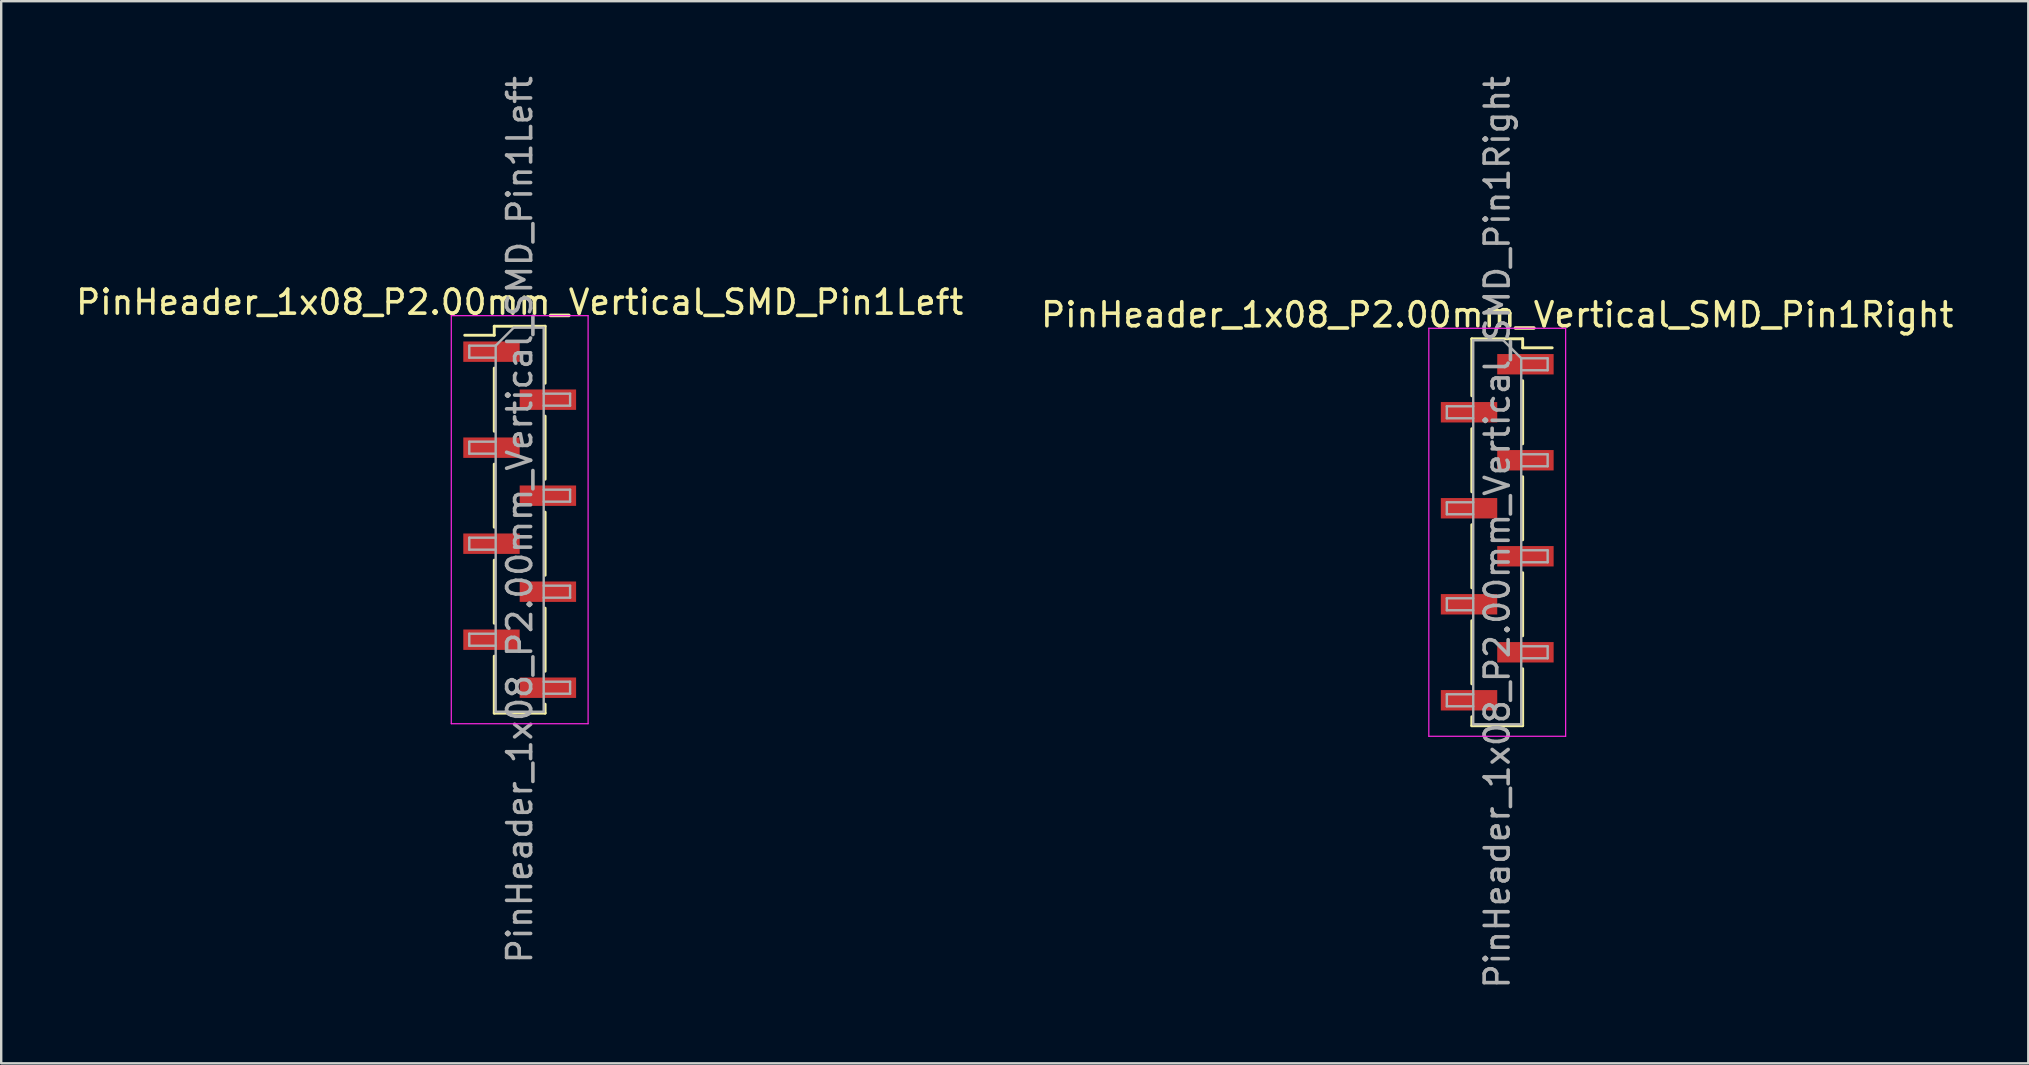
<source format=kicad_pcb>
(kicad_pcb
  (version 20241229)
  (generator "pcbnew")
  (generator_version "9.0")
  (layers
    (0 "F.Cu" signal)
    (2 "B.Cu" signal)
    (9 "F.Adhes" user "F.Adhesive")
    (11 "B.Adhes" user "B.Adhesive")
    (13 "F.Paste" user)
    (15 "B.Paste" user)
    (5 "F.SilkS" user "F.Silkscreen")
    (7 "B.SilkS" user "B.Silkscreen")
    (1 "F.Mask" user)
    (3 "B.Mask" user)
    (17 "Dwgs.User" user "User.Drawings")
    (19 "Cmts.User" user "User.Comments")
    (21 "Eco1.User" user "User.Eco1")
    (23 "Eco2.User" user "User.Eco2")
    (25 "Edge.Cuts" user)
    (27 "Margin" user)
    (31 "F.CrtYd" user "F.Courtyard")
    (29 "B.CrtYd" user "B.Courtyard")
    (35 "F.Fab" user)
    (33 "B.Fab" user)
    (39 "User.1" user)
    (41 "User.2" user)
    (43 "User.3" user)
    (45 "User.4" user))
  (footprint "PinHeader_1x08_P2.00mm_Vertical_SMD_Pin1Right"
    (layer "F.Cu")
    (at 59.327 19.125)
    (property "Reference" "PinHeader_1x08_P2.00mm_Vertical_SMD_Pin1Right" (at 0 -9.06 0) (layer "F.SilkS") (effects (font (size 1 1) (thickness 0.15))))
    (attr smd)
    (fp_line (start -1.06 -8.06) (end -1.06 -5.685) (stroke (width 0.12) (type solid)) (layer "F.SilkS"))
    (fp_line (start -1.06 -8.06) (end 1.06 -8.06) (stroke (width 0.12) (type solid)) (layer "F.SilkS"))
    (fp_line (start -1.06 -4.315) (end -1.06 -1.685) (stroke (width 0.12) (type solid)) (layer "F.SilkS"))
    (fp_line (start -1.06 -0.315) (end -1.06 2.315) (stroke (width 0.12) (type solid)) (layer "F.SilkS"))
    (fp_line (start -1.06 3.685) (end -1.06 6.315) (stroke (width 0.12) (type solid)) (layer "F.SilkS"))
    (fp_line (start -1.06 7.685) (end -1.06 8.06) (stroke (width 0.12) (type solid)) (layer "F.SilkS"))
    (fp_line (start -1.06 8.06) (end 1.06 8.06) (stroke (width 0.12) (type solid)) (layer "F.SilkS"))
    (fp_line (start 1.06 -8.06) (end 1.06 -7.685) (stroke (width 0.12) (type solid)) (layer "F.SilkS"))
    (fp_line (start 1.06 -7.685) (end 2.29 -7.685) (stroke (width 0.12) (type solid)) (layer "F.SilkS"))
    (fp_line (start 1.06 -6.315) (end 1.06 -3.685) (stroke (width 0.12) (type solid)) (layer "F.SilkS"))
    (fp_line (start 1.06 -2.315) (end 1.06 0.315) (stroke (width 0.12) (type solid)) (layer "F.SilkS"))
    (fp_line (start 1.06 1.685) (end 1.06 4.315) (stroke (width 0.12) (type solid)) (layer "F.SilkS"))
    (fp_line (start 1.06 5.685) (end 1.06 8.06) (stroke (width 0.12) (type solid)) (layer "F.SilkS"))
    (fp_line (start -2.85 -8.5) (end -2.85 8.5) (stroke (width 0.05) (type solid)) (layer "F.CrtYd"))
    (fp_line (start -2.85 8.5) (end 2.85 8.5) (stroke (width 0.05) (type solid)) (layer "F.CrtYd"))
    (fp_line (start 2.85 -8.5) (end -2.85 -8.5) (stroke (width 0.05) (type solid)) (layer "F.CrtYd"))
    (fp_line (start 2.85 8.5) (end 2.85 -8.5) (stroke (width 0.05) (type solid)) (layer "F.CrtYd"))
    (fp_line (start -2.1 -5.25) (end -2.1 -4.75) (stroke (width 0.1) (type solid)) (layer "F.Fab"))
    (fp_line (start -2.1 -4.75) (end -1 -4.75) (stroke (width 0.1) (type solid)) (layer "F.Fab"))
    (fp_line (start -2.1 -1.25) (end -2.1 -0.75) (stroke (width 0.1) (type solid)) (layer "F.Fab"))
    (fp_line (start -2.1 -0.75) (end -1 -0.75) (stroke (width 0.1) (type solid)) (layer "F.Fab"))
    (fp_line (start -2.1 2.75) (end -2.1 3.25) (stroke (width 0.1) (type solid)) (layer "F.Fab"))
    (fp_line (start -2.1 3.25) (end -1 3.25) (stroke (width 0.1) (type solid)) (layer "F.Fab"))
    (fp_line (start -2.1 6.75) (end -2.1 7.25) (stroke (width 0.1) (type solid)) (layer "F.Fab"))
    (fp_line (start -2.1 7.25) (end -1 7.25) (stroke (width 0.1) (type solid)) (layer "F.Fab"))
    (fp_line (start -1 -8) (end -1 8) (stroke (width 0.1) (type solid)) (layer "F.Fab"))
    (fp_line (start -1 -8) (end 0.25 -8) (stroke (width 0.1) (type solid)) (layer "F.Fab"))
    (fp_line (start -1 -5.25) (end -2.1 -5.25) (stroke (width 0.1) (type solid)) (layer "F.Fab"))
    (fp_line (start -1 -1.25) (end -2.1 -1.25) (stroke (width 0.1) (type solid)) (layer "F.Fab"))
    (fp_line (start -1 2.75) (end -2.1 2.75) (stroke (width 0.1) (type solid)) (layer "F.Fab"))
    (fp_line (start -1 6.75) (end -2.1 6.75) (stroke (width 0.1) (type solid)) (layer "F.Fab"))
    (fp_line (start 1 -7.25) (end 0.25 -8) (stroke (width 0.1) (type solid)) (layer "F.Fab"))
    (fp_line (start 1 -7.25) (end 2.1 -7.25) (stroke (width 0.1) (type solid)) (layer "F.Fab"))
    (fp_line (start 1 -3.25) (end 2.1 -3.25) (stroke (width 0.1) (type solid)) (layer "F.Fab"))
    (fp_line (start 1 0.75) (end 2.1 0.75) (stroke (width 0.1) (type solid)) (layer "F.Fab"))
    (fp_line (start 1 4.75) (end 2.1 4.75) (stroke (width 0.1) (type solid)) (layer "F.Fab"))
    (fp_line (start 1 8) (end -1 8) (stroke (width 0.1) (type solid)) (layer "F.Fab"))
    (fp_line (start 1 8) (end 1 -7.25) (stroke (width 0.1) (type solid)) (layer "F.Fab"))
    (fp_line (start 2.1 -7.25) (end 2.1 -6.75) (stroke (width 0.1) (type solid)) (layer "F.Fab"))
    (fp_line (start 2.1 -6.75) (end 1 -6.75) (stroke (width 0.1) (type solid)) (layer "F.Fab"))
    (fp_line (start 2.1 -3.25) (end 2.1 -2.75) (stroke (width 0.1) (type solid)) (layer "F.Fab"))
    (fp_line (start 2.1 -2.75) (end 1 -2.75) (stroke (width 0.1) (type solid)) (layer "F.Fab"))
    (fp_line (start 2.1 0.75) (end 2.1 1.25) (stroke (width 0.1) (type solid)) (layer "F.Fab"))
    (fp_line (start 2.1 1.25) (end 1 1.25) (stroke (width 0.1) (type solid)) (layer "F.Fab"))
    (fp_line (start 2.1 4.75) (end 2.1 5.25) (stroke (width 0.1) (type solid)) (layer "F.Fab"))
    (fp_line (start 2.1 5.25) (end 1 5.25) (stroke (width 0.1) (type solid)) (layer "F.Fab"))
    (fp_text user "${REFERENCE}" (at 0 0 90) (layer "F.Fab") (effects (font (size 1 1) (thickness 0.15))))
    (pad "1" smd rect (at 1.175 -7) (size 2.35 0.85) (layers "F.Cu" "F.Mask" "F.Paste"))
    (pad "2" smd rect (at -1.175 -5) (size 2.35 0.85) (layers "F.Cu" "F.Mask" "F.Paste"))
    (pad "3" smd rect (at 1.175 -3) (size 2.35 0.85) (layers "F.Cu" "F.Mask" "F.Paste"))
    (pad "4" smd rect (at -1.175 -1) (size 2.35 0.85) (layers "F.Cu" "F.Mask" "F.Paste"))
    (pad "5" smd rect (at 1.175 1) (size 2.35 0.85) (layers "F.Cu" "F.Mask" "F.Paste"))
    (pad "6" smd rect (at -1.175 3) (size 2.35 0.85) (layers "F.Cu" "F.Mask" "F.Paste"))
    (pad "7" smd rect (at 1.175 5) (size 2.35 0.85) (layers "F.Cu" "F.Mask" "F.Paste"))
    (pad "8" smd rect (at -1.175 7) (size 2.35 0.85) (layers "F.Cu" "F.Mask" "F.Paste")))
  (footprint "PinHeader_1x08_P2.00mm_Vertical_SMD_Pin1Left"
    (layer "F.Cu")
    (at 18.601 18.601)
    (property "Reference" "PinHeader_1x08_P2.00mm_Vertical_SMD_Pin1Left" (at 0 -9.06 0) (layer "F.SilkS") (effects (font (size 1 1) (thickness 0.15))))
    (attr smd)
    (fp_line (start -1.06 -8.06) (end -1.06 -7.685) (stroke (width 0.12) (type solid)) (layer "F.SilkS"))
    (fp_line (start -1.06 -8.06) (end 1.06 -8.06) (stroke (width 0.12) (type solid)) (layer "F.SilkS"))
    (fp_line (start -1.06 -7.685) (end -2.29 -7.685) (stroke (width 0.12) (type solid)) (layer "F.SilkS"))
    (fp_line (start -1.06 -6.315) (end -1.06 -3.685) (stroke (width 0.12) (type solid)) (layer "F.SilkS"))
    (fp_line (start -1.06 -2.315) (end -1.06 0.315) (stroke (width 0.12) (type solid)) (layer "F.SilkS"))
    (fp_line (start -1.06 1.685) (end -1.06 4.315) (stroke (width 0.12) (type solid)) (layer "F.SilkS"))
    (fp_line (start -1.06 5.685) (end -1.06 8.06) (stroke (width 0.12) (type solid)) (layer "F.SilkS"))
    (fp_line (start -1.06 8.06) (end 1.06 8.06) (stroke (width 0.12) (type solid)) (layer "F.SilkS"))
    (fp_line (start 1.06 -8.06) (end 1.06 -5.685) (stroke (width 0.12) (type solid)) (layer "F.SilkS"))
    (fp_line (start 1.06 -4.315) (end 1.06 -1.685) (stroke (width 0.12) (type solid)) (layer "F.SilkS"))
    (fp_line (start 1.06 -0.315) (end 1.06 2.315) (stroke (width 0.12) (type solid)) (layer "F.SilkS"))
    (fp_line (start 1.06 3.685) (end 1.06 6.315) (stroke (width 0.12) (type solid)) (layer "F.SilkS"))
    (fp_line (start 1.06 7.685) (end 1.06 8.06) (stroke (width 0.12) (type solid)) (layer "F.SilkS"))
    (fp_line (start -2.85 -8.5) (end -2.85 8.5) (stroke (width 0.05) (type solid)) (layer "F.CrtYd"))
    (fp_line (start -2.85 8.5) (end 2.85 8.5) (stroke (width 0.05) (type solid)) (layer "F.CrtYd"))
    (fp_line (start 2.85 -8.5) (end -2.85 -8.5) (stroke (width 0.05) (type solid)) (layer "F.CrtYd"))
    (fp_line (start 2.85 8.5) (end 2.85 -8.5) (stroke (width 0.05) (type solid)) (layer "F.CrtYd"))
    (fp_line (start -2.1 -7.25) (end -2.1 -6.75) (stroke (width 0.1) (type solid)) (layer "F.Fab"))
    (fp_line (start -2.1 -6.75) (end -1 -6.75) (stroke (width 0.1) (type solid)) (layer "F.Fab"))
    (fp_line (start -2.1 -3.25) (end -2.1 -2.75) (stroke (width 0.1) (type solid)) (layer "F.Fab"))
    (fp_line (start -2.1 -2.75) (end -1 -2.75) (stroke (width 0.1) (type solid)) (layer "F.Fab"))
    (fp_line (start -2.1 0.75) (end -2.1 1.25) (stroke (width 0.1) (type solid)) (layer "F.Fab"))
    (fp_line (start -2.1 1.25) (end -1 1.25) (stroke (width 0.1) (type solid)) (layer "F.Fab"))
    (fp_line (start -2.1 4.75) (end -2.1 5.25) (stroke (width 0.1) (type solid)) (layer "F.Fab"))
    (fp_line (start -2.1 5.25) (end -1 5.25) (stroke (width 0.1) (type solid)) (layer "F.Fab"))
    (fp_line (start -1 -7.25) (end -2.1 -7.25) (stroke (width 0.1) (type solid)) (layer "F.Fab"))
    (fp_line (start -1 -7.25) (end -0.25 -8) (stroke (width 0.1) (type solid)) (layer "F.Fab"))
    (fp_line (start -1 -3.25) (end -2.1 -3.25) (stroke (width 0.1) (type solid)) (layer "F.Fab"))
    (fp_line (start -1 0.75) (end -2.1 0.75) (stroke (width 0.1) (type solid)) (layer "F.Fab"))
    (fp_line (start -1 4.75) (end -2.1 4.75) (stroke (width 0.1) (type solid)) (layer "F.Fab"))
    (fp_line (start -1 8) (end -1 -7.25) (stroke (width 0.1) (type solid)) (layer "F.Fab"))
    (fp_line (start -0.25 -8) (end 1 -8) (stroke (width 0.1) (type solid)) (layer "F.Fab"))
    (fp_line (start 1 -8) (end 1 8) (stroke (width 0.1) (type solid)) (layer "F.Fab"))
    (fp_line (start 1 -5.25) (end 2.1 -5.25) (stroke (width 0.1) (type solid)) (layer "F.Fab"))
    (fp_line (start 1 -1.25) (end 2.1 -1.25) (stroke (width 0.1) (type solid)) (layer "F.Fab"))
    (fp_line (start 1 2.75) (end 2.1 2.75) (stroke (width 0.1) (type solid)) (layer "F.Fab"))
    (fp_line (start 1 6.75) (end 2.1 6.75) (stroke (width 0.1) (type solid)) (layer "F.Fab"))
    (fp_line (start 1 8) (end -1 8) (stroke (width 0.1) (type solid)) (layer "F.Fab"))
    (fp_line (start 2.1 -5.25) (end 2.1 -4.75) (stroke (width 0.1) (type solid)) (layer "F.Fab"))
    (fp_line (start 2.1 -4.75) (end 1 -4.75) (stroke (width 0.1) (type solid)) (layer "F.Fab"))
    (fp_line (start 2.1 -1.25) (end 2.1 -0.75) (stroke (width 0.1) (type solid)) (layer "F.Fab"))
    (fp_line (start 2.1 -0.75) (end 1 -0.75) (stroke (width 0.1) (type solid)) (layer "F.Fab"))
    (fp_line (start 2.1 2.75) (end 2.1 3.25) (stroke (width 0.1) (type solid)) (layer "F.Fab"))
    (fp_line (start 2.1 3.25) (end 1 3.25) (stroke (width 0.1) (type solid)) (layer "F.Fab"))
    (fp_line (start 2.1 6.75) (end 2.1 7.25) (stroke (width 0.1) (type solid)) (layer "F.Fab"))
    (fp_line (start 2.1 7.25) (end 1 7.25) (stroke (width 0.1) (type solid)) (layer "F.Fab"))
    (fp_text user "${REFERENCE}" (at 0 0 90) (layer "F.Fab") (effects (font (size 1 1) (thickness 0.15))))
    (pad "1" smd rect (at -1.175 -7) (size 2.35 0.85) (layers "F.Cu" "F.Mask" "F.Paste"))
    (pad "2" smd rect (at 1.175 -5) (size 2.35 0.85) (layers "F.Cu" "F.Mask" "F.Paste"))
    (pad "3" smd rect (at -1.175 -3) (size 2.35 0.85) (layers "F.Cu" "F.Mask" "F.Paste"))
    (pad "4" smd rect (at 1.175 -1) (size 2.35 0.85) (layers "F.Cu" "F.Mask" "F.Paste"))
    (pad "5" smd rect (at -1.175 1) (size 2.35 0.85) (layers "F.Cu" "F.Mask" "F.Paste"))
    (pad "6" smd rect (at 1.175 3) (size 2.35 0.85) (layers "F.Cu" "F.Mask" "F.Paste"))
    (pad "7" smd rect (at -1.175 5) (size 2.35 0.85) (layers "F.Cu" "F.Mask" "F.Paste"))
    (pad "8" smd rect (at 1.175 7) (size 2.35 0.85) (layers "F.Cu" "F.Mask" "F.Paste")))
  (gr_rect
    (start -3 -3)
    (end 81.452 41.25)
    (stroke (width 0.1) (type default))
    (fill no)
    (layer "Edge.Cuts")))
</source>
